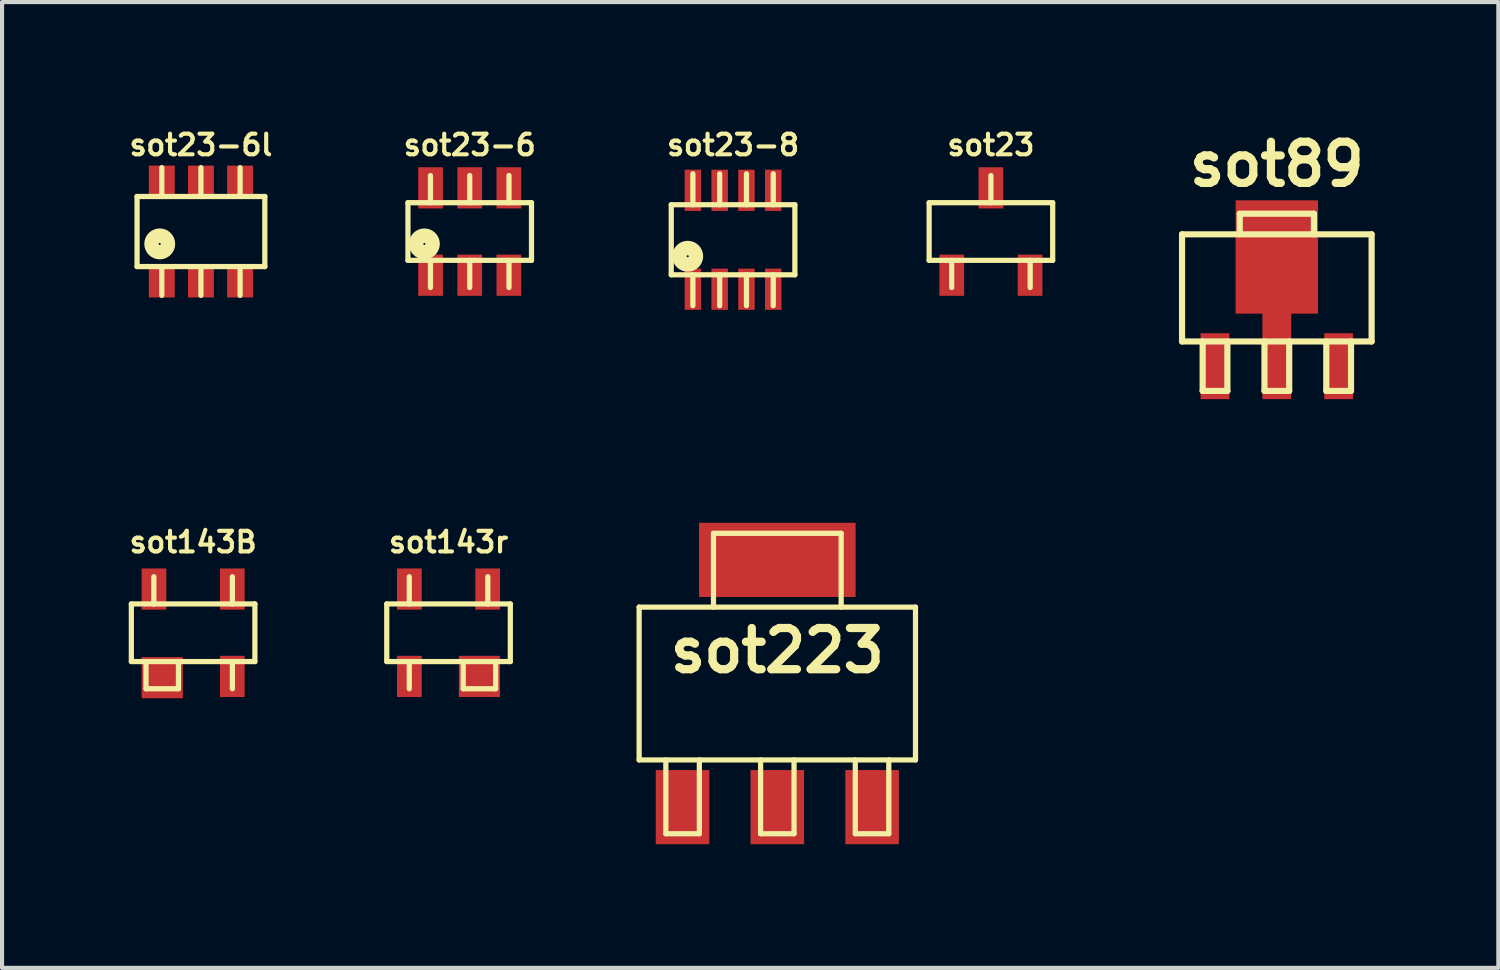
<source format=kicad_pcb>
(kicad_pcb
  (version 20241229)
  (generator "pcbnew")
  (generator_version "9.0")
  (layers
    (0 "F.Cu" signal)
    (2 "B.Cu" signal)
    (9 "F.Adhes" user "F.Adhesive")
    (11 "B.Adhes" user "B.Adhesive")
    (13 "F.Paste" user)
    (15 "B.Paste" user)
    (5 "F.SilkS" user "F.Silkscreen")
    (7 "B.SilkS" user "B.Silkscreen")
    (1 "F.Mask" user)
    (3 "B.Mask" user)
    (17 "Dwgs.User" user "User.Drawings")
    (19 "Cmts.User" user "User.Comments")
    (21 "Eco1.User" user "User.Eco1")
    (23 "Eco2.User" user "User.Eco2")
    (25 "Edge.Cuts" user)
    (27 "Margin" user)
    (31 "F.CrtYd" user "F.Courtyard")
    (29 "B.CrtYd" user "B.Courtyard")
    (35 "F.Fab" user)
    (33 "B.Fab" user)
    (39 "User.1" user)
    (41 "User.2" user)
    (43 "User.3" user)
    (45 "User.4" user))
  (footprint "sot223"
    (layer "F.Cu")
    (at 15.812 13.536)
    (property "Reference" "sot223" (at 0 -0.8 0) (layer "F.SilkS") (effects (font (size 1 1) (thickness 0.2))))
    (attr through_hole)
    (fp_line (start -3.353 -1.854) (end 3.353 -1.854) (stroke (width 0.127) (type solid)) (layer "F.SilkS"))
    (fp_line (start -3.353 1.854) (end -3.353 -1.854) (stroke (width 0.127) (type solid)) (layer "F.SilkS"))
    (fp_line (start -2.705 3.645) (end -2.705 1.854) (stroke (width 0.127) (type solid)) (layer "F.SilkS"))
    (fp_line (start -2.705 3.645) (end -1.892 3.645) (stroke (width 0.127) (type solid)) (layer "F.SilkS"))
    (fp_line (start -1.892 3.645) (end -1.892 1.854) (stroke (width 0.127) (type solid)) (layer "F.SilkS"))
    (fp_line (start -1.549 -3.645) (end -1.549 -1.854) (stroke (width 0.127) (type solid)) (layer "F.SilkS"))
    (fp_line (start -1.549 -3.645) (end 1.549 -3.645) (stroke (width 0.127) (type solid)) (layer "F.SilkS"))
    (fp_line (start -0.406 3.645) (end -0.406 1.854) (stroke (width 0.127) (type solid)) (layer "F.SilkS"))
    (fp_line (start -0.406 3.645) (end 0.406 3.645) (stroke (width 0.127) (type solid)) (layer "F.SilkS"))
    (fp_line (start 0.406 3.645) (end 0.406 1.854) (stroke (width 0.127) (type solid)) (layer "F.SilkS"))
    (fp_line (start 1.549 -3.645) (end 1.549 -1.854) (stroke (width 0.127) (type solid)) (layer "F.SilkS"))
    (fp_line (start 1.892 3.645) (end 1.892 1.854) (stroke (width 0.127) (type solid)) (layer "F.SilkS"))
    (fp_line (start 1.892 3.645) (end 2.705 3.645) (stroke (width 0.127) (type solid)) (layer "F.SilkS"))
    (fp_line (start 2.705 3.645) (end 2.705 1.854) (stroke (width 0.127) (type solid)) (layer "F.SilkS"))
    (fp_line (start 3.353 -1.854) (end 3.353 1.854) (stroke (width 0.127) (type solid)) (layer "F.SilkS"))
    (fp_line (start 3.353 1.854) (end -3.353 1.854) (stroke (width 0.127) (type solid)) (layer "F.SilkS"))
    (pad "1" smd rect (at -2.3 3) (size 1.3 1.8) (layers "F.Cu" "F.Mask" "F.Paste"))
    (pad "2" smd rect (at 0 3) (size 1.3 1.8) (layers "F.Cu" "F.Mask" "F.Paste"))
    (pad "3" smd rect (at 2.3 3) (size 1.3 1.8) (layers "F.Cu" "F.Mask" "F.Paste"))
    (pad "4" smd rect (at 0 -3) (size 3.8 1.8) (layers "F.Cu" "F.Mask" "F.Paste")))
  (footprint "sot23-6l"
    (layer "F.Cu")
    (at 1.826 2.568)
    (property "Reference" "sot23-6l" (at 0 -2.1 0) (layer "F.SilkS") (effects (font (size 0.5 0.5) (thickness 0.1))))
    (attr through_hole)
    (fp_line (start -1.55 -0.85) (end 1.55 -0.85) (stroke (width 0.127) (type solid)) (layer "F.SilkS"))
    (fp_line (start -1.55 0.85) (end -1.55 -0.85) (stroke (width 0.127) (type solid)) (layer "F.SilkS"))
    (fp_line (start -0.95 -0.85) (end -0.95 -1.55) (stroke (width 0.127) (type solid)) (layer "F.SilkS"))
    (fp_line (start -0.95 0.85) (end -0.95 1.55) (stroke (width 0.127) (type solid)) (layer "F.SilkS"))
    (fp_line (start 0 -0.85) (end 0 -1.55) (stroke (width 0.127) (type solid)) (layer "F.SilkS"))
    (fp_line (start 0 0.85) (end 0 1.55) (stroke (width 0.127) (type solid)) (layer "F.SilkS"))
    (fp_line (start 0.95 -0.85) (end 0.95 -1.55) (stroke (width 0.127) (type solid)) (layer "F.SilkS"))
    (fp_line (start 0.95 0.85) (end 0.95 1.55) (stroke (width 0.127) (type solid)) (layer "F.SilkS"))
    (fp_line (start 1.55 -0.85) (end 1.55 0.85) (stroke (width 0.127) (type solid)) (layer "F.SilkS"))
    (fp_line (start 1.55 0.85) (end -1.55 0.85) (stroke (width 0.127) (type solid)) (layer "F.SilkS"))
    (fp_circle (center -1 0.3) (end -0.9 0.3) (stroke (width 0.15) (type solid)) (fill no) (layer "F.SilkS"))
    (fp_circle (center -1 0.3) (end -0.8 0.3) (stroke (width 0.15) (type solid)) (fill no) (layer "F.SilkS"))
    (fp_circle (center -1 0.3) (end -0.7 0.3) (stroke (width 0.15) (type solid)) (fill no) (layer "F.SilkS"))
    (pad "1" smd rect (at -0.95 1.2) (size 0.63 0.8) (layers "F.Cu" "F.Mask" "F.Paste"))
    (pad "2" smd rect (at 0 1.2) (size 0.63 0.8) (layers "F.Cu" "F.Mask" "F.Paste"))
    (pad "3" smd rect (at 0.95 1.2) (size 0.63 0.8) (layers "F.Cu" "F.Mask" "F.Paste"))
    (pad "4" smd rect (at 0.95 -1.2) (size 0.63 0.8) (layers "F.Cu" "F.Mask" "F.Paste"))
    (pad "5" smd rect (at 0 -1.2) (size 0.63 0.8) (layers "F.Cu" "F.Mask" "F.Paste"))
    (pad "6" smd rect (at -0.95 -1.2) (size 0.63 0.8) (layers "F.Cu" "F.Mask" "F.Paste")))
  (footprint "sot143B"
    (layer "F.Cu")
    (at 1.636 12.304)
    (property "Reference" "sot143B" (at 0 -2.2 0) (layer "F.SilkS") (effects (font (size 0.5 0.5) (thickness 0.1))))
    (attr through_hole)
    (fp_line (start -1.499 -0.699) (end 1.499 -0.699) (stroke (width 0.127) (type solid)) (layer "F.SilkS"))
    (fp_line (start -1.499 0.699) (end -1.499 -0.699) (stroke (width 0.127) (type solid)) (layer "F.SilkS"))
    (fp_line (start -1.143 0.699) (end -1.143 1.359) (stroke (width 0.127) (type solid)) (layer "F.SilkS"))
    (fp_line (start -1.143 1.359) (end -0.356 1.359) (stroke (width 0.127) (type solid)) (layer "F.SilkS"))
    (fp_line (start -0.953 -0.699) (end -0.953 -1.359) (stroke (width 0.127) (type solid)) (layer "F.SilkS"))
    (fp_line (start -0.356 0.699) (end -0.356 1.359) (stroke (width 0.127) (type solid)) (layer "F.SilkS"))
    (fp_line (start 0.953 -0.699) (end 0.953 -1.359) (stroke (width 0.127) (type solid)) (layer "F.SilkS"))
    (fp_line (start 0.953 0.699) (end 0.953 1.359) (stroke (width 0.127) (type solid)) (layer "F.SilkS"))
    (fp_line (start 1.499 -0.699) (end 1.499 0.699) (stroke (width 0.127) (type solid)) (layer "F.SilkS"))
    (fp_line (start 1.499 0.699) (end -1.499 0.699) (stroke (width 0.127) (type solid)) (layer "F.SilkS"))
    (pad "1" smd rect (at -0.75 1.09) (size 1 1) (layers "F.Cu" "F.Mask" "F.Paste"))
    (pad "2" smd rect (at 0.95 1.06) (size 0.6 1) (layers "F.Cu" "F.Mask" "F.Paste"))
    (pad "3" smd rect (at 0.95 -1.06) (size 0.6 1) (layers "F.Cu" "F.Mask" "F.Paste"))
    (pad "4" smd rect (at -0.95 -1.06) (size 0.6 1) (layers "F.Cu" "F.Mask" "F.Paste")))
  (footprint "sot89"
    (layer "F.Cu")
    (at 27.933 3.936)
    (property "Reference" "sot89" (at 0 -3 0) (layer "F.SilkS") (effects (font (size 1 1) (thickness 0.2))))
    (attr through_hole)
    (fp_line (start -2.3 -1.3) (end 2.3 -1.3) (stroke (width 0.15) (type solid)) (layer "F.SilkS"))
    (fp_line (start -2.3 1.3) (end -2.3 -1.3) (stroke (width 0.15) (type solid)) (layer "F.SilkS"))
    (fp_line (start -1.8 2.5) (end -1.8 1.3) (stroke (width 0.15) (type solid)) (layer "F.SilkS"))
    (fp_line (start -1.8 2.5) (end -1.2 2.5) (stroke (width 0.15) (type solid)) (layer "F.SilkS"))
    (fp_line (start -1.2 2.5) (end -1.2 1.3) (stroke (width 0.15) (type solid)) (layer "F.SilkS"))
    (fp_line (start -0.9 -1.8) (end -0.9 -1.3) (stroke (width 0.15) (type solid)) (layer "F.SilkS"))
    (fp_line (start -0.9 -1.8) (end 0.9 -1.8) (stroke (width 0.15) (type solid)) (layer "F.SilkS"))
    (fp_line (start -0.3 2.5) (end -0.3 1.3) (stroke (width 0.15) (type solid)) (layer "F.SilkS"))
    (fp_line (start -0.3 2.5) (end 0.3 2.5) (stroke (width 0.15) (type solid)) (layer "F.SilkS"))
    (fp_line (start 0.3 2.5) (end 0.3 1.3) (stroke (width 0.15) (type solid)) (layer "F.SilkS"))
    (fp_line (start 0.9 -1.8) (end 0.9 -1.3) (stroke (width 0.15) (type solid)) (layer "F.SilkS"))
    (fp_line (start 1.2 2.5) (end 1.2 1.3) (stroke (width 0.15) (type solid)) (layer "F.SilkS"))
    (fp_line (start 1.2 2.5) (end 1.8 2.5) (stroke (width 0.15) (type solid)) (layer "F.SilkS"))
    (fp_line (start 1.8 2.5) (end 1.8 1.3) (stroke (width 0.15) (type solid)) (layer "F.SilkS"))
    (fp_line (start 2.3 -1.3) (end 2.3 1.3) (stroke (width 0.15) (type solid)) (layer "F.SilkS"))
    (fp_line (start 2.3 1.3) (end -2.3 1.3) (stroke (width 0.15) (type solid)) (layer "F.SilkS"))
    (pad "1" smd rect (at -1.5 1.9) (size 0.7 1.6) (layers "F.Cu" "F.Mask" "F.Paste"))
    (pad "2" smd rect (at 0 -0.75) (size 2 2.75) (layers "F.Cu" "F.Mask" "F.Paste"))
    (pad "2" smd rect (at 0 1.65) (size 0.7 2.1) (layers "F.Cu" "F.Mask" "F.Paste"))
    (pad "3" smd rect (at 1.5 1.9) (size 0.7 1.6) (layers "F.Cu" "F.Mask" "F.Paste")))
  (footprint "sot143r"
    (layer "F.Cu")
    (at 7.834 12.304)
    (property "Reference" "sot143r" (at 0 -2.2 0) (layer "F.SilkS") (effects (font (size 0.5 0.5) (thickness 0.1))))
    (attr through_hole)
    (fp_line (start -1.499 -0.699) (end 1.499 -0.699) (stroke (width 0.127) (type solid)) (layer "F.SilkS"))
    (fp_line (start -1.499 0.699) (end -1.499 -0.699) (stroke (width 0.127) (type solid)) (layer "F.SilkS"))
    (fp_line (start -0.953 -0.699) (end -0.953 -1.359) (stroke (width 0.127) (type solid)) (layer "F.SilkS"))
    (fp_line (start -0.953 0.699) (end -0.953 1.359) (stroke (width 0.127) (type solid)) (layer "F.SilkS"))
    (fp_line (start 0.356 0.699) (end 0.356 1.359) (stroke (width 0.127) (type solid)) (layer "F.SilkS"))
    (fp_line (start 0.356 1.359) (end 1.143 1.359) (stroke (width 0.127) (type solid)) (layer "F.SilkS"))
    (fp_line (start 0.953 -0.699) (end 0.953 -1.359) (stroke (width 0.127) (type solid)) (layer "F.SilkS"))
    (fp_line (start 1.143 0.699) (end 1.143 1.359) (stroke (width 0.127) (type solid)) (layer "F.SilkS"))
    (fp_line (start 1.499 -0.699) (end 1.499 0.699) (stroke (width 0.127) (type solid)) (layer "F.SilkS"))
    (fp_line (start 1.499 0.699) (end -1.499 0.699) (stroke (width 0.127) (type solid)) (layer "F.SilkS"))
    (pad "1" smd rect (at 0.75 1.06) (size 1 1) (layers "F.Cu" "F.Mask" "F.Paste"))
    (pad "2" smd rect (at -0.95 1.06) (size 0.6 1) (layers "F.Cu" "F.Mask" "F.Paste"))
    (pad "3" smd rect (at -0.95 -1.06) (size 0.6 1) (layers "F.Cu" "F.Mask" "F.Paste"))
    (pad "4" smd rect (at 0.95 -1.06) (size 0.6 1) (layers "F.Cu" "F.Mask" "F.Paste")))
  (footprint "sot23-8"
    (layer "F.Cu")
    (at 14.738 2.768)
    (property "Reference" "sot23-8" (at 0 -2.3 0) (layer "F.SilkS") (effects (font (size 0.5 0.5) (thickness 0.1))))
    (attr through_hole)
    (fp_line (start -1.5 -0.85) (end 1.5 -0.85) (stroke (width 0.127) (type solid)) (layer "F.SilkS"))
    (fp_line (start -1.5 0.85) (end -1.5 -0.85) (stroke (width 0.127) (type solid)) (layer "F.SilkS"))
    (fp_line (start -0.975 -0.85) (end -0.975 -1.6) (stroke (width 0.127) (type solid)) (layer "F.SilkS"))
    (fp_line (start -0.975 0.85) (end -0.975 1.6) (stroke (width 0.127) (type solid)) (layer "F.SilkS"))
    (fp_line (start -0.325 -0.85) (end -0.325 -1.6) (stroke (width 0.127) (type solid)) (layer "F.SilkS"))
    (fp_line (start -0.325 0.85) (end -0.325 1.6) (stroke (width 0.127) (type solid)) (layer "F.SilkS"))
    (fp_line (start 0.325 -0.85) (end 0.325 -1.6) (stroke (width 0.127) (type solid)) (layer "F.SilkS"))
    (fp_line (start 0.325 0.85) (end 0.325 1.6) (stroke (width 0.127) (type solid)) (layer "F.SilkS"))
    (fp_line (start 0.975 -0.85) (end 0.975 -1.6) (stroke (width 0.127) (type solid)) (layer "F.SilkS"))
    (fp_line (start 0.975 0.85) (end 0.975 1.6) (stroke (width 0.127) (type solid)) (layer "F.SilkS"))
    (fp_line (start 1.5 -0.85) (end 1.5 0.85) (stroke (width 0.127) (type solid)) (layer "F.SilkS"))
    (fp_line (start 1.5 0.85) (end -1.5 0.85) (stroke (width 0.127) (type solid)) (layer "F.SilkS"))
    (fp_circle (center -1.1 0.4) (end -1 0.4) (stroke (width 0.15) (type solid)) (fill no) (layer "F.SilkS"))
    (fp_circle (center -1.1 0.4) (end -0.9 0.4) (stroke (width 0.15) (type solid)) (fill no) (layer "F.SilkS"))
    (fp_circle (center -1.1 0.4) (end -0.8 0.4) (stroke (width 0.15) (type solid)) (fill no) (layer "F.SilkS"))
    (pad "1" smd rect (at -0.975 1.2) (size 0.4 1) (layers "F.Cu" "F.Mask" "F.Paste"))
    (pad "2" smd rect (at -0.325 1.2) (size 0.4 1) (layers "F.Cu" "F.Mask" "F.Paste"))
    (pad "3" smd rect (at 0.325 1.2) (size 0.4 1) (layers "F.Cu" "F.Mask" "F.Paste"))
    (pad "4" smd rect (at 0.975 1.2) (size 0.4 1) (layers "F.Cu" "F.Mask" "F.Paste"))
    (pad "5" smd rect (at 0.975 -1.2) (size 0.4 1) (layers "F.Cu" "F.Mask" "F.Paste"))
    (pad "6" smd rect (at 0.325 -1.2) (size 0.4 1) (layers "F.Cu" "F.Mask" "F.Paste"))
    (pad "7" smd rect (at -0.325 -1.2) (size 0.4 1) (layers "F.Cu" "F.Mask" "F.Paste"))
    (pad "8" smd rect (at -0.975 -1.2) (size 0.4 1) (layers "F.Cu" "F.Mask" "F.Paste")))
  (footprint "sot23-6"
    (layer "F.Cu")
    (at 8.348 2.568)
    (property "Reference" "sot23-6" (at 0 -2.1 0) (layer "F.SilkS") (effects (font (size 0.5 0.5) (thickness 0.1))))
    (attr through_hole)
    (fp_line (start -1.499 -0.699) (end 1.499 -0.699) (stroke (width 0.127) (type solid)) (layer "F.SilkS"))
    (fp_line (start -1.499 0.699) (end -1.499 -0.699) (stroke (width 0.127) (type solid)) (layer "F.SilkS"))
    (fp_line (start -0.953 -0.699) (end -0.953 -1.359) (stroke (width 0.127) (type solid)) (layer "F.SilkS"))
    (fp_line (start -0.953 0.699) (end -0.953 1.359) (stroke (width 0.127) (type solid)) (layer "F.SilkS"))
    (fp_line (start 0 -0.699) (end 0 -1.359) (stroke (width 0.127) (type solid)) (layer "F.SilkS"))
    (fp_line (start 0 0.699) (end 0 1.359) (stroke (width 0.127) (type solid)) (layer "F.SilkS"))
    (fp_line (start 0.953 -0.699) (end 0.953 -1.359) (stroke (width 0.127) (type solid)) (layer "F.SilkS"))
    (fp_line (start 0.953 0.699) (end 0.953 1.359) (stroke (width 0.127) (type solid)) (layer "F.SilkS"))
    (fp_line (start 1.499 -0.699) (end 1.499 0.699) (stroke (width 0.127) (type solid)) (layer "F.SilkS"))
    (fp_line (start 1.499 0.699) (end -1.499 0.699) (stroke (width 0.127) (type solid)) (layer "F.SilkS"))
    (fp_circle (center -1.1 0.3) (end -1 0.3) (stroke (width 0.15) (type solid)) (fill no) (layer "F.SilkS"))
    (fp_circle (center -1.1 0.3) (end -0.9 0.3) (stroke (width 0.15) (type solid)) (fill no) (layer "F.SilkS"))
    (fp_circle (center -1.1 0.3) (end -0.8 0.3) (stroke (width 0.15) (type solid)) (fill no) (layer "F.SilkS"))
    (pad "1" smd rect (at -0.95 1.06) (size 0.6 1) (layers "F.Cu" "F.Mask" "F.Paste"))
    (pad "2" smd rect (at 0 1.06) (size 0.6 1) (layers "F.Cu" "F.Mask" "F.Paste"))
    (pad "3" smd rect (at 0.95 1.06) (size 0.6 1) (layers "F.Cu" "F.Mask" "F.Paste"))
    (pad "4" smd rect (at 0.95 -1.06) (size 0.6 1) (layers "F.Cu" "F.Mask" "F.Paste"))
    (pad "5" smd rect (at 0 -1.06) (size 0.6 1) (layers "F.Cu" "F.Mask" "F.Paste"))
    (pad "6" smd rect (at -0.95 -1.06) (size 0.6 1) (layers "F.Cu" "F.Mask" "F.Paste")))
  (footprint "sot23"
    (layer "F.Cu")
    (at 20.995 2.568)
    (property "Reference" "sot23" (at 0 -2.1 0) (layer "F.SilkS") (effects (font (size 0.5 0.5) (thickness 0.1))))
    (attr through_hole)
    (fp_line (start -1.499 -0.699) (end 1.499 -0.699) (stroke (width 0.127) (type solid)) (layer "F.SilkS"))
    (fp_line (start -1.499 0.699) (end -1.499 -0.699) (stroke (width 0.127) (type solid)) (layer "F.SilkS"))
    (fp_line (start -0.953 0.699) (end -0.953 1.359) (stroke (width 0.127) (type solid)) (layer "F.SilkS"))
    (fp_line (start 0 -0.699) (end 0 -1.359) (stroke (width 0.127) (type solid)) (layer "F.SilkS"))
    (fp_line (start 0.953 0.699) (end 0.953 1.359) (stroke (width 0.127) (type solid)) (layer "F.SilkS"))
    (fp_line (start 1.499 -0.699) (end 1.499 0.699) (stroke (width 0.127) (type solid)) (layer "F.SilkS"))
    (fp_line (start 1.499 0.699) (end -1.499 0.699) (stroke (width 0.127) (type solid)) (layer "F.SilkS"))
    (pad "1" smd rect (at -0.95 1.06) (size 0.6 1) (layers "F.Cu" "F.Mask" "F.Paste"))
    (pad "2" smd rect (at 0 -1.06) (size 0.6 1) (layers "F.Cu" "F.Mask" "F.Paste"))
    (pad "3" smd rect (at 0.95 1.06) (size 0.6 1) (layers "F.Cu" "F.Mask" "F.Paste")))
  (gr_rect
    (start -3 -3)
    (end 33.308 20.436)
    (stroke (width 0.1) (type default))
    (fill no)
    (layer "Edge.Cuts")))
</source>
